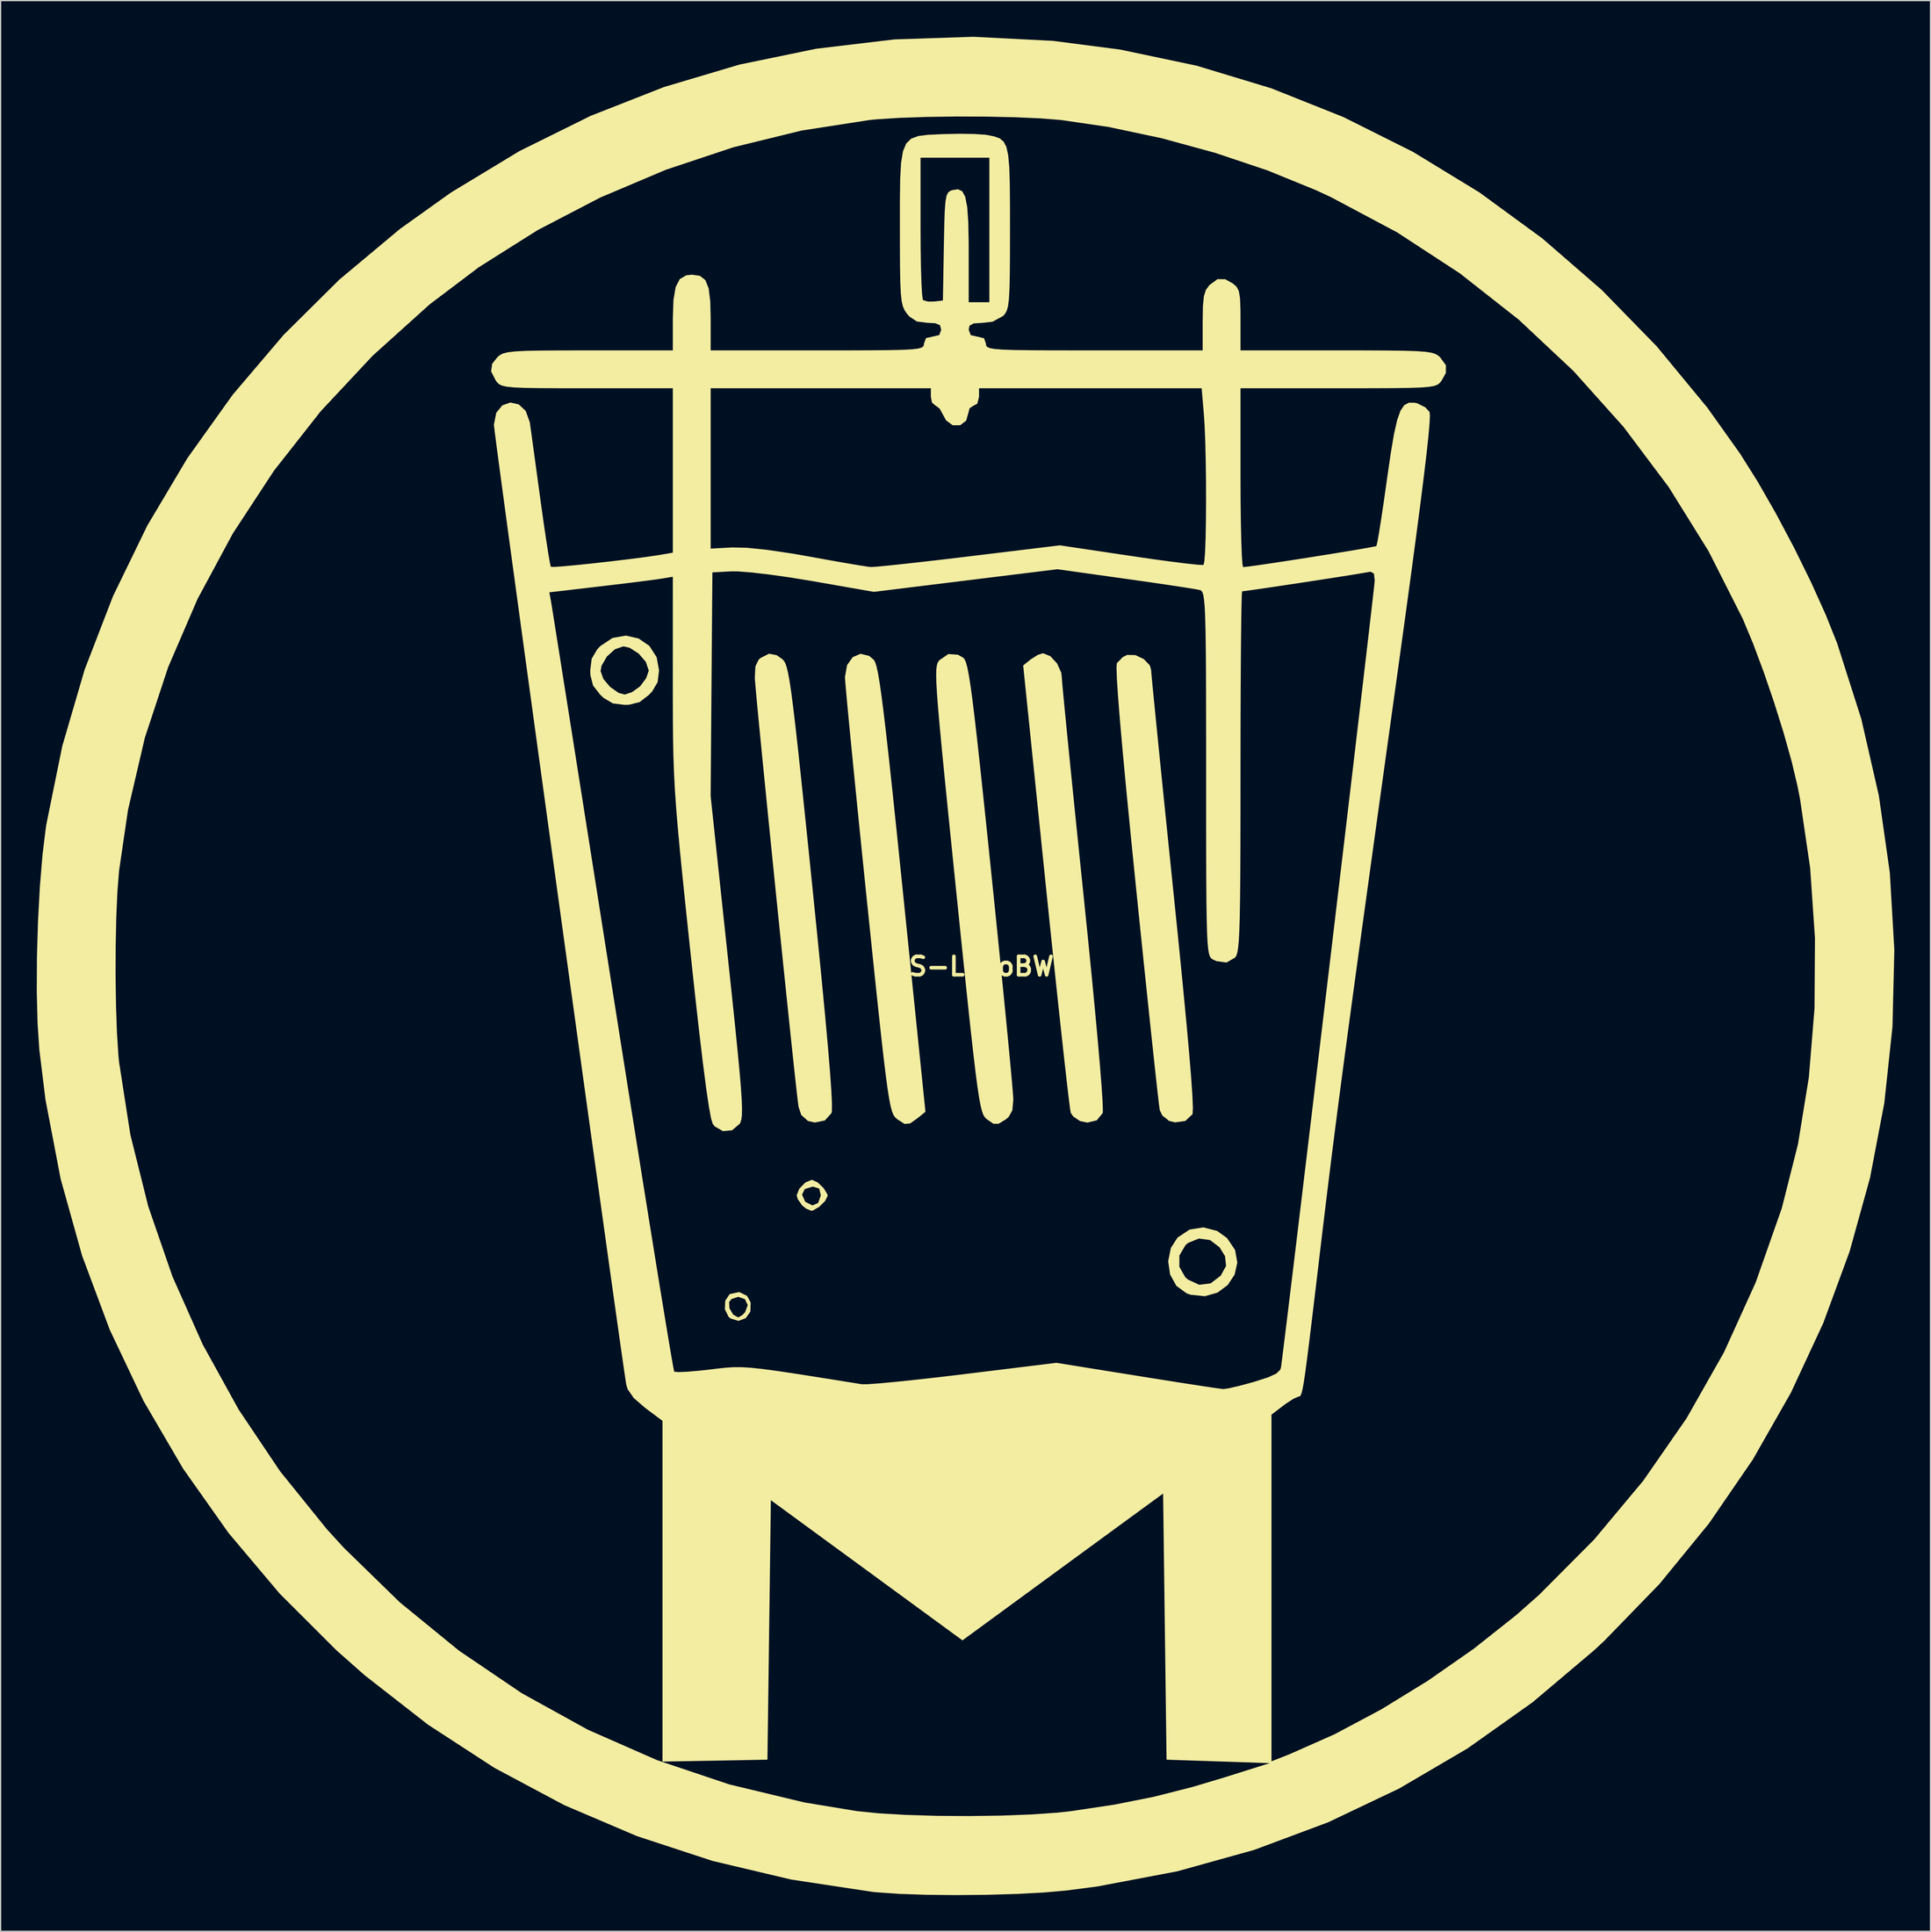
<source format=kicad_pcb>
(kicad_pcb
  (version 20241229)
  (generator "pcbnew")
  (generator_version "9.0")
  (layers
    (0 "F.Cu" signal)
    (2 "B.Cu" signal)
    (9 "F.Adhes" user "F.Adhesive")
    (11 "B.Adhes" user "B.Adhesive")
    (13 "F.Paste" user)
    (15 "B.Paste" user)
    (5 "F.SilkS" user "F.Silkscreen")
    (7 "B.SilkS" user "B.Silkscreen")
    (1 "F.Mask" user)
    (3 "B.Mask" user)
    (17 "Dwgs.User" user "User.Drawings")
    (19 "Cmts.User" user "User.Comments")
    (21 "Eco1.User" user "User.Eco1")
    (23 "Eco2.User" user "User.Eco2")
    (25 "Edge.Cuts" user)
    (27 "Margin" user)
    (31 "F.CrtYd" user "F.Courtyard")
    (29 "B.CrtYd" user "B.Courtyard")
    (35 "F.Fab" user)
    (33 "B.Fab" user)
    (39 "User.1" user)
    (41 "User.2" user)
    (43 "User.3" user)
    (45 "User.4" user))
  (footprint "BTS-LogoBW"
    (layer "F.Cu")
    (at 77.017 77.092)
    (property "Reference" "BTS-LogoBW" (at 0 0 0) (layer "F.SilkS") (effects (font (size 1.524 1.524) (thickness 0.3))))
    (attr board_only exclude_from_pos_files exclude_from_bom)
    (fp_poly (pts (xy -18.105 27.316) (xy -17.802 27.864) (xy -17.826 28.628) (xy -18.216 29.172) (xy -18.815 29.395) (xy -19.467 29.196) (xy -19.635 29.053) (xy -19.939 28.436) (xy -19.913 27.829) (xy -19.59 27.829) (xy -19.56 28.351) (xy -19.253 28.872) (xy -18.837 29.11) (xy -18.836 29.11) (xy -18.495 28.916) (xy -18.268 28.686) (xy -18.044 28.087) (xy -18.276 27.591) (xy -18.836 27.398) (xy -19.389 27.583) (xy -19.59 27.829) (xy -19.913 27.829) (xy -19.908 27.725) (xy -19.561 27.197) (xy -19.509 27.164) (xy -18.748 27.004)) (stroke (width 0) (type solid)) (fill yes) (layer "F.SilkS"))
    (fp_poly (pts (xy -12.247 17.908) (xy -11.739 18.393) (xy -11.434 18.912) (xy -11.416 19.028) (xy -11.63 19.457) (xy -12.113 19.932) (xy -12.63 20.236) (xy -12.773 20.263) (xy -13.211 20.079) (xy -13.536 19.814) (xy -13.9 19.289) (xy -13.984 18.979) (xy -13.961 18.92) (xy -13.541 18.92) (xy -13.29 19.488) (xy -13.25 19.529) (xy -12.681 19.819) (xy -12.205 19.62) (xy -11.988 19.007) (xy -11.987 18.948) (xy -12.119 18.418) (xy -12.618 18.266) (xy -12.669 18.265) (xy -13.309 18.457) (xy -13.541 18.92) (xy -13.961 18.92) (xy -13.763 18.426) (xy -13.26 17.916) (xy -12.724 17.694)) (stroke (width 0) (type solid)) (fill yes) (layer "F.SilkS"))
    (fp_poly (pts (xy 20.895 21.937) (xy 21.712 22.524) (xy 22.381 23.515) (xy 22.567 24.558) (xy 22.341 25.558) (xy 21.771 26.42) (xy 20.926 27.049) (xy 19.875 27.349) (xy 18.689 27.227) (xy 18.367 27.115) (xy 17.512 26.492) (xy 16.991 25.549) (xy 16.898 24.911) (xy 17.758 24.911) (xy 18.244 25.764) (xy 18.467 25.966) (xy 19.408 26.401) (xy 20.351 26.285) (xy 21.19 25.642) (xy 21.632 24.842) (xy 21.548 24.03) (xy 21.098 23.298) (xy 20.306 22.691) (xy 19.373 22.565) (xy 18.478 22.932) (xy 18.265 23.117) (xy 17.761 23.973) (xy 17.758 24.911) (xy 16.898 24.911) (xy 16.831 24.446) (xy 17.056 23.343) (xy 17.605 22.49) (xy 18.601 21.824) (xy 19.749 21.64)) (stroke (width 0) (type solid)) (fill yes) (layer "F.SilkS"))
    (fp_poly (pts (xy -27.101 -27.198) (xy -26.207 -26.583) (xy -25.599 -25.64) (xy -25.4 -24.544) (xy -25.52 -23.571) (xy -25.972 -22.805) (xy -26.234 -22.524) (xy -27.005 -21.924) (xy -27.868 -21.703) (xy -28.254 -21.69) (xy -29.227 -21.81) (xy -29.993 -22.262) (xy -30.274 -22.524) (xy -30.874 -23.295) (xy -31.095 -24.158) (xy -31.106 -24.492) (xy -30.252 -24.492) (xy -30.019 -23.84) (xy -29.454 -23.172) (xy -28.753 -22.681) (xy -28.254 -22.546) (xy -27.649 -22.74) (xy -26.994 -23.21) (xy -26.957 -23.247) (xy -26.474 -23.894) (xy -26.257 -24.512) (xy -26.256 -24.544) (xy -26.498 -25.256) (xy -27.093 -25.945) (xy -27.848 -26.427) (xy -28.363 -26.542) (xy -29.066 -26.298) (xy -29.728 -25.697) (xy -30.169 -24.937) (xy -30.252 -24.492) (xy -31.106 -24.492) (xy -31.108 -24.544) (xy -30.988 -25.517) (xy -30.536 -26.283) (xy -30.274 -26.564) (xy -29.258 -27.239) (xy -28.159 -27.434)) (stroke (width 0) (type solid)) (fill yes) (layer "F.SilkS"))
    (fp_poly (pts (xy 7.06 -25.725) (xy 7.617 -25.121) (xy 7.959 -24.362) (xy 8.001 -24.044) (xy 8.031 -23.626) (xy 8.116 -22.692) (xy 8.25 -21.292) (xy 8.428 -19.48) (xy 8.645 -17.306) (xy 8.896 -14.821) (xy 9.175 -12.078) (xy 9.478 -9.127) (xy 9.799 -6.021) (xy 9.816 -5.851) (xy 10.166 -2.432) (xy 10.481 0.726) (xy 10.755 3.584) (xy 10.987 6.1) (xy 11.172 8.236) (xy 11.308 9.951) (xy 11.39 11.205) (xy 11.415 11.958) (xy 11.398 12.162) (xy 10.908 12.763) (xy 10.122 12.95) (xy 9.518 12.824) (xy 8.96 12.449) (xy 8.75 12.144) (xy 8.69 11.786) (xy 8.579 10.91) (xy 8.421 9.563) (xy 8.221 7.795) (xy 7.986 5.656) (xy 7.719 3.193) (xy 7.428 0.455) (xy 7.116 -2.507) (xy 6.79 -5.647) (xy 6.688 -6.637) (xy 4.804 -24.956) (xy 5.43 -25.464) (xy 6.027 -25.84) (xy 6.453 -25.971)) (stroke (width 0) (type solid)) (fill yes) (layer "F.SilkS"))
    (fp_poly (pts (xy -7.977 -25.752) (xy -7.585 -25.424) (xy -7.475 -25.232) (xy -7.361 -24.872) (xy -7.237 -24.305) (xy -7.099 -23.493) (xy -6.942 -22.395) (xy -6.761 -20.975) (xy -6.551 -19.192) (xy -6.307 -17.008) (xy -6.025 -14.385) (xy -5.699 -11.283) (xy -5.325 -7.664) (xy -5.196 -6.412) (xy -3.303 12.054) (xy -3.966 12.591) (xy -4.579 13.022) (xy -5.035 13.06) (xy -5.589 12.71) (xy -5.709 12.614) (xy -5.841 12.486) (xy -5.962 12.301) (xy -6.077 12.017) (xy -6.192 11.589) (xy -6.313 10.976) (xy -6.446 10.134) (xy -6.596 9.021) (xy -6.77 7.594) (xy -6.972 5.809) (xy -7.21 3.625) (xy -7.488 0.998) (xy -7.812 -2.115) (xy -8.157 -5.437) (xy -8.479 -8.571) (xy -8.783 -11.558) (xy -9.065 -14.346) (xy -9.317 -16.884) (xy -9.537 -19.119) (xy -9.718 -20.998) (xy -9.855 -22.471) (xy -9.944 -23.484) (xy -9.979 -23.985) (xy -9.979 -24) (xy -9.805 -24.982) (xy -9.337 -25.646) (xy -8.69 -25.926)) (stroke (width 0) (type solid)) (fill yes) (layer "F.SilkS"))
    (fp_poly (pts (xy 14.109 -25.817) (xy 14.809 -25.484) (xy 15.305 -24.969) (xy 15.413 -24.609) (xy 15.442 -24.245) (xy 15.525 -23.363) (xy 15.657 -22.012) (xy 15.833 -20.242) (xy 16.047 -18.103) (xy 16.296 -15.644) (xy 16.574 -12.915) (xy 16.876 -9.966) (xy 17.197 -6.845) (xy 17.265 -6.183) (xy 17.693 -1.999) (xy 18.053 1.628) (xy 18.347 4.708) (xy 18.576 7.249) (xy 18.741 9.261) (xy 18.842 10.754) (xy 18.88 11.737) (xy 18.856 12.22) (xy 18.842 12.26) (xy 18.255 12.814) (xy 17.4 12.933) (xy 16.907 12.812) (xy 16.349 12.366) (xy 16.134 11.928) (xy 16.079 11.535) (xy 15.972 10.624) (xy 15.819 9.246) (xy 15.624 7.45) (xy 15.393 5.287) (xy 15.131 2.807) (xy 14.844 0.059) (xy 14.537 -2.905) (xy 14.215 -6.036) (xy 14.148 -6.692) (xy 13.723 -10.909) (xy 13.362 -14.589) (xy 13.066 -17.729) (xy 12.837 -20.323) (xy 12.673 -22.367) (xy 12.576 -23.858) (xy 12.545 -24.79) (xy 12.577 -25.152) (xy 13.061 -25.648) (xy 13.427 -25.832)) (stroke (width 0) (type solid)) (fill yes) (layer "F.SilkS"))
    (fp_poly (pts (xy -15.637 -25.807) (xy -15.163 -25.471) (xy -15.04 -25.34) (xy -14.925 -25.134) (xy -14.812 -24.812) (xy -14.697 -24.333) (xy -14.573 -23.654) (xy -14.435 -22.734) (xy -14.279 -21.532) (xy -14.097 -20.004) (xy -13.885 -18.111) (xy -13.638 -15.809) (xy -13.349 -13.058) (xy -13.013 -9.815) (xy -12.694 -6.707) (xy -12.272 -2.552) (xy -11.915 1.051) (xy -11.622 4.119) (xy -11.392 6.668) (xy -11.222 8.714) (xy -11.111 10.273) (xy -11.059 11.361) (xy -11.064 11.993) (xy -11.094 12.161) (xy -11.648 12.775) (xy -12.478 12.944) (xy -13.052 12.815) (xy -13.606 12.315) (xy -13.829 11.645) (xy -13.894 11.147) (xy -14.009 10.144) (xy -14.168 8.697) (xy -14.364 6.869) (xy -14.591 4.723) (xy -14.842 2.319) (xy -15.111 -0.279) (xy -15.392 -3.009) (xy -15.679 -5.809) (xy -15.964 -8.617) (xy -16.243 -11.37) (xy -16.507 -14.006) (xy -16.752 -16.462) (xy -16.97 -18.678) (xy -17.156 -20.589) (xy -17.303 -22.135) (xy -17.404 -23.252) (xy -17.454 -23.879) (xy -17.457 -23.942) (xy -17.409 -24.877) (xy -17.139 -25.437) (xy -16.975 -25.583) (xy -16.276 -25.933)) (stroke (width 0) (type solid)) (fill yes) (layer "F.SilkS"))
    (fp_poly (pts (xy -0.601 -25.846) (xy -0.164 -25.594) (xy -0.052 -25.46) (xy 0.06 -25.2) (xy 0.175 -24.773) (xy 0.3 -24.136) (xy 0.439 -23.25) (xy 0.599 -22.073) (xy 0.784 -20.564) (xy 0.999 -18.681) (xy 1.251 -16.383) (xy 1.544 -13.63) (xy 1.885 -10.38) (xy 2.164 -7.685) (xy 2.487 -4.546) (xy 2.791 -1.549) (xy 3.073 1.254) (xy 3.326 3.809) (xy 3.545 6.065) (xy 3.726 7.967) (xy 3.863 9.464) (xy 3.951 10.502) (xy 3.986 11.028) (xy 3.986 11.043) (xy 3.904 11.939) (xy 3.588 12.497) (xy 3.361 12.684) (xy 2.765 13.048) (xy 2.337 13.049) (xy 1.799 12.678) (xy 1.739 12.629) (xy 1.614 12.501) (xy 1.498 12.305) (xy 1.386 12) (xy 1.272 11.544) (xy 1.15 10.896) (xy 1.016 10.013) (xy 0.862 8.855) (xy 0.686 7.379) (xy 0.479 5.545) (xy 0.238 3.31) (xy -0.043 0.634) (xy -0.371 -2.526) (xy -0.749 -6.211) (xy -0.764 -6.35) (xy -1.142 -10.044) (xy -1.464 -13.212) (xy -1.734 -15.897) (xy -1.954 -18.139) (xy -2.127 -19.982) (xy -2.257 -21.465) (xy -2.346 -22.633) (xy -2.397 -23.525) (xy -2.414 -24.185) (xy -2.399 -24.655) (xy -2.355 -24.975) (xy -2.287 -25.188) (xy -2.195 -25.336) (xy -2.141 -25.4) (xy -1.4 -25.906)) (stroke (width 0) (type solid)) (fill yes) (layer "F.SilkS"))
    (fp_poly (pts (xy 7.287 -76.753) (xy 12.843 -76.032) (xy 19.199 -74.692) (xy 25.389 -72.818) (xy 31.381 -70.428) (xy 37.148 -67.542) (xy 42.658 -64.179) (xy 47.882 -60.358) (xy 52.792 -56.099) (xy 57.357 -51.421) (xy 61.548 -46.343) (xy 64.268 -42.524) (xy 65.722 -40.214) (xy 67.243 -37.559) (xy 68.75 -34.719) (xy 70.159 -31.856) (xy 71.387 -29.132) (xy 72.321 -26.796) (xy 74.326 -20.514) (xy 75.78 -14.162) (xy 76.69 -7.772) (xy 77.064 -1.374) (xy 76.91 4.997) (xy 76.235 11.312) (xy 75.047 17.536) (xy 73.354 23.639) (xy 71.164 29.589) (xy 68.484 35.352) (xy 65.323 40.898) (xy 61.687 46.194) (xy 57.585 51.208) (xy 53.024 55.908) (xy 52.167 56.706) (xy 47.052 61.026) (xy 41.662 64.848) (xy 36.007 68.165) (xy 30.101 70.974) (xy 23.953 73.268) (xy 17.576 75.042) (xy 10.982 76.292) (xy 8.421 76.628) (xy 6.531 76.795) (xy 4.265 76.916) (xy 1.775 76.989) (xy -0.788 77.012) (xy -3.27 76.986) (xy -5.52 76.908) (xy -7.385 76.777) (xy -7.706 76.744) (xy -14.454 75.719) (xy -20.97 74.176) (xy -27.246 72.116) (xy -33.276 69.545) (xy -39.051 66.464) (xy -44.565 62.878) (xy -49.809 58.789) (xy -52.167 56.706) (xy -56.872 52.006) (xy -61.113 46.978) (xy -64.883 41.642) (xy -68.169 36.019) (xy -70.964 30.128) (xy -73.256 23.99) (xy -75.036 17.624) (xy -76.294 11.051) (xy -76.804 6.914) (xy -76.952 4.706) (xy -77.017 2.093) (xy -77.01 0.775) (xy -70.48 0.775) (xy -70.445 3.218) (xy -70.368 5.458) (xy -70.248 7.342) (xy -70.191 7.931) (xy -69.254 13.954) (xy -67.77 19.898) (xy -65.763 25.711) (xy -63.256 31.344) (xy -60.272 36.745) (xy -56.835 41.865) (xy -52.968 46.653) (xy -51.538 48.219) (xy -46.911 52.726) (xy -41.99 56.745) (xy -36.784 60.271) (xy -31.306 63.298) (xy -25.567 65.82) (xy -19.577 67.832) (xy -13.348 69.328) (xy -8.99 70.047) (xy -7.148 70.233) (xy -4.885 70.364) (xy -2.348 70.439) (xy 0.317 70.457) (xy 2.962 70.42) (xy 5.44 70.327) (xy 7.606 70.178) (xy 8.761 70.052) (xy 12.333 69.517) (xy 15.6 68.869) (xy 18.826 68.051) (xy 21.404 67.281) (xy 25.257 66.069) (xy 16.696 65.783) (xy 16.553 54.749) (xy 16.41 43.715) (xy 14.412 45.173) (xy 13.635 45.741) (xy 12.484 46.582) (xy 11.044 47.635) (xy 9.403 48.835) (xy 7.647 50.12) (xy 6.091 51.26) (xy -0.233 55.888) (xy -16.125 44.264) (xy -16.267 55.024) (xy -16.41 65.783) (xy -25.115 65.941) (xy -25.115 37.683) (xy -26.54 36.619) (xy -27.502 35.79) (xy -28.009 35.053) (xy -28.118 34.687) (xy -28.202 34.147) (xy -28.356 33.094) (xy -28.575 31.569) (xy -28.853 29.611) (xy -29.184 27.259) (xy -29.564 24.552) (xy -29.986 21.531) (xy -30.446 18.234) (xy -30.937 14.701) (xy -31.455 10.971) (xy -31.994 7.084) (xy -32.548 3.079) (xy -33.113 -1.004) (xy -33.682 -5.127) (xy -34.25 -9.249) (xy -34.812 -13.331) (xy -35.363 -17.334) (xy -35.896 -21.219) (xy -36.407 -24.945) (xy -36.89 -28.475) (xy -37.238 -31.022) (xy -34.501 -31.022) (xy -34.364 -30.28) (xy -34.302 -29.904) (xy -34.157 -29.002) (xy -33.936 -27.609) (xy -33.642 -25.762) (xy -33.284 -23.5) (xy -32.865 -20.858) (xy -32.393 -17.873) (xy -31.873 -14.582) (xy -31.311 -11.021) (xy -30.712 -7.229) (xy -30.083 -3.241) (xy -29.429 0.905) (xy -29.264 1.953) (xy -28.606 6.119) (xy -27.971 10.127) (xy -27.364 13.941) (xy -26.792 17.524) (xy -26.26 20.841) (xy -25.774 23.855) (xy -25.34 26.531) (xy -24.963 28.833) (xy -24.65 30.725) (xy -24.406 32.17) (xy -24.237 33.133) (xy -24.149 33.578) (xy -24.14 33.604) (xy -23.806 33.641) (xy -23.036 33.608) (xy -21.96 33.514) (xy -21.185 33.427) (xy -20.428 33.336) (xy -19.777 33.269) (xy -19.162 33.233) (xy -18.512 33.236) (xy -17.757 33.283) (xy -16.826 33.382) (xy -15.649 33.539) (xy -14.155 33.762) (xy -12.274 34.057) (xy -9.934 34.431) (xy -8.568 34.65) (xy -8.104 34.646) (xy -7.156 34.578) (xy -5.805 34.453) (xy -4.134 34.279) (xy -2.223 34.065) (xy -0.154 33.819) (xy -0.149 33.818) (xy 7.563 32.872) (xy 14.27 33.951) (xy 16.176 34.256) (xy 17.908 34.529) (xy 19.382 34.757) (xy 20.513 34.928) (xy 21.218 35.028) (xy 21.404 35.049) (xy 21.871 34.982) (xy 22.716 34.786) (xy 23.772 34.502) (xy 23.973 34.444) (xy 25.118 34.077) (xy 25.802 33.763) (xy 26.127 33.446) (xy 26.19 33.248) (xy 26.299 32.401) (xy 26.464 31.071) (xy 26.682 29.305) (xy 26.945 27.144) (xy 27.25 24.632) (xy 27.59 21.814) (xy 27.961 18.732) (xy 28.358 15.431) (xy 28.775 11.954) (xy 29.207 8.344) (xy 29.648 4.646) (xy 30.095 0.903) (xy 30.541 -2.841) (xy 30.981 -6.544) (xy 31.411 -10.16) (xy 31.824 -13.647) (xy 32.216 -16.961) (xy 32.581 -20.059) (xy 32.915 -22.895) (xy 33.212 -25.428) (xy 33.467 -27.614) (xy 33.675 -29.407) (xy 33.83 -30.766) (xy 33.927 -31.647) (xy 33.962 -32.005) (xy 33.962 -32.007) (xy 33.898 -32.581) (xy 33.617 -32.731) (xy 33.32 -32.683) (xy 32.886 -32.605) (xy 32.018 -32.463) (xy 30.829 -32.275) (xy 29.432 -32.059) (xy 27.938 -31.83) (xy 26.46 -31.607) (xy 25.111 -31.406) (xy 24.002 -31.245) (xy 23.247 -31.14) (xy 22.964 -31.108) (xy 22.939 -30.831) (xy 22.915 -30.037) (xy 22.893 -28.777) (xy 22.874 -27.104) (xy 22.858 -25.072) (xy 22.845 -22.733) (xy 22.836 -20.14) (xy 22.832 -17.346) (xy 22.831 -16.145) (xy 22.83 -12.804) (xy 22.824 -9.988) (xy 22.814 -7.651) (xy 22.796 -5.748) (xy 22.771 -4.233) (xy 22.737 -3.06) (xy 22.692 -2.184) (xy 22.635 -1.559) (xy 22.564 -1.138) (xy 22.479 -0.877) (xy 22.383 -0.734) (xy 21.672 -0.323) (xy 20.832 -0.438) (xy 20.53 -0.581) (xy 20.408 -0.663) (xy 20.306 -0.798) (xy 20.221 -1.034) (xy 20.153 -1.415) (xy 20.098 -1.988) (xy 20.056 -2.8) (xy 20.026 -3.897) (xy 20.004 -5.324) (xy 19.99 -7.127) (xy 19.982 -9.354) (xy 19.978 -12.05) (xy 19.978 -15.262) (xy 19.978 -15.973) (xy 19.977 -19.3) (xy 19.973 -22.101) (xy 19.965 -24.423) (xy 19.951 -26.31) (xy 19.929 -27.808) (xy 19.899 -28.963) (xy 19.859 -29.819) (xy 19.806 -30.422) (xy 19.741 -30.819) (xy 19.66 -31.053) (xy 19.564 -31.17) (xy 19.478 -31.21) (xy 19.051 -31.291) (xy 18.154 -31.436) (xy 16.88 -31.629) (xy 15.325 -31.857) (xy 13.583 -32.105) (xy 13.308 -32.143) (xy 7.638 -32.937) (xy -7.583 -31.061) (xy -12.686 -31.954) (xy -14.517 -32.253) (xy -16.241 -32.497) (xy -17.736 -32.67) (xy -18.877 -32.758) (xy -19.383 -32.762) (xy -20.976 -32.678) (xy -21.121 -14.127) (xy -19.705 -0.86) (xy -19.373 2.256) (xy -19.102 4.855) (xy -18.887 6.985) (xy -18.724 8.697) (xy -18.611 10.04) (xy -18.543 11.063) (xy -18.517 11.817) (xy -18.529 12.35) (xy -18.577 12.712) (xy -18.656 12.954) (xy -18.711 13.053) (xy -19.342 13.588) (xy -20.099 13.659) (xy -20.782 13.268) (xy -20.945 13.057) (xy -21.085 12.607) (xy -21.266 11.628) (xy -21.49 10.112) (xy -21.757 8.053) (xy -22.068 5.445) (xy -22.424 2.28) (xy -22.808 -1.284) (xy -23.144 -4.46) (xy -23.423 -7.147) (xy -23.652 -9.425) (xy -23.834 -11.372) (xy -23.976 -13.067) (xy -24.083 -14.59) (xy -24.158 -16.019) (xy -24.209 -17.433) (xy -24.239 -18.911) (xy -24.254 -20.533) (xy -24.259 -22.376) (xy -24.26 -23.648) (xy -24.258 -32.313) (xy -25.186 -32.159) (xy -25.799 -32.07) (xy -26.849 -31.933) (xy -28.206 -31.764) (xy -29.741 -31.58) (xy -30.307 -31.513) (xy -34.501 -31.022) (xy -37.238 -31.022) (xy -37.339 -31.767) (xy -37.75 -34.783) (xy -38.117 -37.483) (xy -38.433 -39.829) (xy -38.695 -41.779) (xy -38.896 -43.296) (xy -39.031 -44.34) (xy -39.094 -44.871) (xy -39.099 -44.927) (xy -38.902 -45.913) (xy -38.402 -46.527) (xy -37.737 -46.762) (xy -37.044 -46.61) (xy -36.459 -46.064) (xy -36.119 -45.115) (xy -36.116 -45.092) (xy -36.033 -44.497) (xy -35.889 -43.444) (xy -35.697 -42.045) (xy -35.473 -40.407) (xy -35.237 -38.677) (xy -35.001 -36.987) (xy -34.783 -35.498) (xy -34.597 -34.302) (xy -34.457 -33.486) (xy -34.376 -33.141) (xy -34.373 -33.137) (xy -34.068 -33.13) (xy -33.311 -33.184) (xy -32.215 -33.286) (xy -30.895 -33.423) (xy -29.464 -33.583) (xy -28.036 -33.754) (xy -26.725 -33.922) (xy -25.645 -34.075) (xy -25.186 -34.15) (xy -24.258 -34.311) (xy -24.258 -34.648) (xy -21.119 -34.648) (xy -19.335 -34.743) (xy -18.133 -34.718) (xy -16.46 -34.549) (xy -14.395 -34.244) (xy -12.985 -33.998) (xy -11.402 -33.711) (xy -9.983 -33.461) (xy -8.839 -33.268) (xy -8.079 -33.149) (xy -7.848 -33.121) (xy -7.42 -33.144) (xy -6.507 -33.23) (xy -5.189 -33.368) (xy -3.548 -33.55) (xy -1.663 -33.768) (xy 0.285 -34.001) (xy 7.848 -34.919) (xy 13.699 -34.045) (xy 15.463 -33.788) (xy 17.035 -33.574) (xy 18.327 -33.413) (xy 19.253 -33.314) (xy 19.725 -33.29) (xy 19.763 -33.298) (xy 19.836 -33.614) (xy 19.894 -34.403) (xy 19.936 -35.566) (xy 19.962 -37.005) (xy 19.972 -38.622) (xy 19.967 -40.318) (xy 19.944 -41.996) (xy 19.906 -43.557) (xy 19.85 -44.903) (xy 19.793 -45.763) (xy 19.608 -47.946) (xy 1.142 -47.946) (xy 1.142 -47.233) (xy 0.993 -46.659) (xy 0.713 -46.519) (xy 0.355 -46.285) (xy 0.285 -46.005) (xy 0.08 -45.267) (xy -0.42 -44.88) (xy -1.036 -44.875) (xy -1.593 -45.281) (xy -1.8 -45.663) (xy -2.126 -46.256) (xy -2.473 -46.518) (xy -2.488 -46.519) (xy -2.763 -46.763) (xy -2.854 -47.233) (xy -2.854 -47.946) (xy -21.119 -47.946) (xy -21.119 -34.648) (xy -24.258 -34.648) (xy -24.258 -47.946) (xy -31.377 -47.946) (xy -33.573 -47.947) (xy -35.269 -47.955) (xy -36.534 -47.975) (xy -37.439 -48.014) (xy -38.054 -48.077) (xy -38.448 -48.169) (xy -38.693 -48.298) (xy -38.859 -48.468) (xy -38.94 -48.58) (xy -39.332 -49.345) (xy -39.243 -49.975) (xy -38.813 -50.515) (xy -38.607 -50.693) (xy -38.34 -50.829) (xy -37.94 -50.93) (xy -37.336 -51) (xy -36.455 -51.046) (xy -35.225 -51.071) (xy -33.573 -51.083) (xy -31.429 -51.085) (xy -31.251 -51.085) (xy -24.258 -51.085) (xy -24.258 -53.703) (xy -24.205 -55.266) (xy -24.023 -56.34) (xy -23.682 -56.997) (xy -23.149 -57.31) (xy -22.665 -57.364) (xy -22.008 -57.265) (xy -21.56 -56.915) (xy -21.286 -56.232) (xy -21.151 -55.135) (xy -21.119 -53.776) (xy -21.119 -51.085) (xy -12.272 -51.085) (xy -9.795 -51.086) (xy -7.829 -51.092) (xy -6.316 -51.106) (xy -5.196 -51.133) (xy -4.41 -51.175) (xy -3.9 -51.238) (xy -3.605 -51.324) (xy -3.467 -51.437) (xy -3.427 -51.583) (xy -3.425 -51.656) (xy -3.257 -52.104) (xy -2.711 -52.227) (xy -2.152 -52.361) (xy -1.998 -52.798) (xy -2.095 -53.174) (xy -2.489 -53.338) (xy -3.119 -53.369) (xy -4.014 -53.481) (xy -4.638 -53.896) (xy -4.831 -54.121) (xy -5.024 -54.395) (xy -5.169 -54.717) (xy -5.275 -55.165) (xy -5.346 -55.817) (xy -5.39 -56.751) (xy -5.413 -58.046) (xy -5.421 -59.782) (xy -5.422 -61.224) (xy -5.422 -61.264) (xy -3.71 -61.264) (xy -3.701 -59.498) (xy -3.674 -57.929) (xy -3.633 -56.644) (xy -3.581 -55.734) (xy -3.521 -55.286) (xy -3.507 -55.258) (xy -3.096 -55.133) (xy -2.579 -55.139) (xy -1.855 -55.224) (xy -1.777 -59.702) (xy -1.743 -61.392) (xy -1.704 -62.599) (xy -1.645 -63.409) (xy -1.555 -63.908) (xy -1.419 -64.184) (xy -1.226 -64.323) (xy -1.085 -64.374) (xy -0.606 -64.448) (xy -0.25 -64.28) (xy -0.000017 -63.81) (xy 0.161 -62.975) (xy 0.25 -61.714) (xy 0.284 -59.964) (xy 0.285 -59.307) (xy 0.285 -55.081) (xy 1.998 -55.081) (xy 1.998 -67.067) (xy -3.71 -67.067) (xy -3.71 -61.264) (xy -5.422 -61.264) (xy -5.422 -63.51) (xy -5.4 -65.29) (xy -5.326 -66.629) (xy -5.169 -67.591) (xy -4.899 -68.241) (xy -4.485 -68.643) (xy -3.897 -68.862) (xy -3.102 -68.963) (xy -2.072 -69.01) (xy -1.723 -69.023) (xy -0.43 -69.048) (xy 0.76 -69.029) (xy 1.649 -68.971) (xy 1.861 -68.94) (xy 2.421 -68.824) (xy 2.855 -68.668) (xy 3.179 -68.403) (xy 3.408 -67.962) (xy 3.56 -67.277) (xy 3.65 -66.28) (xy 3.694 -64.904) (xy 3.709 -63.08) (xy 3.71 -61.196) (xy 3.708 -59.066) (xy 3.696 -57.432) (xy 3.67 -56.221) (xy 3.623 -55.358) (xy 3.549 -54.77) (xy 3.444 -54.383) (xy 3.3 -54.121) (xy 3.139 -53.939) (xy 2.259 -53.462) (xy 1.427 -53.369) (xy 0.68 -53.321) (xy 0.35 -53.127) (xy 0.285 -52.798) (xy 0.453 -52.35) (xy 0.999 -52.227) (xy 1.558 -52.093) (xy 1.712 -51.656) (xy 1.728 -51.497) (xy 1.816 -51.371) (xy 2.033 -51.274) (xy 2.439 -51.202) (xy 3.092 -51.151) (xy 4.052 -51.117) (xy 5.376 -51.098) (xy 7.123 -51.088) (xy 9.352 -51.086) (xy 10.702 -51.085) (xy 19.692 -51.085) (xy 19.692 -53.511) (xy 19.713 -54.756) (xy 19.793 -55.573) (xy 19.959 -56.101) (xy 20.238 -56.482) (xy 20.263 -56.508) (xy 20.923 -56.993) (xy 21.564 -56.987) (xy 22.197 -56.634) (xy 22.502 -56.369) (xy 22.691 -56.006) (xy 22.79 -55.417) (xy 22.827 -54.47) (xy 22.831 -53.638) (xy 22.831 -51.085) (xy 30.822 -51.085) (xy 33.172 -51.084) (xy 35.018 -51.075) (xy 36.426 -51.056) (xy 37.465 -51.021) (xy 38.199 -50.966) (xy 38.698 -50.886) (xy 39.026 -50.778) (xy 39.252 -50.636) (xy 39.384 -50.515) (xy 39.869 -49.854) (xy 39.864 -49.213) (xy 39.511 -48.58) (xy 39.369 -48.396) (xy 39.19 -48.251) (xy 38.908 -48.141) (xy 38.458 -48.062) (xy 37.775 -48.007) (xy 36.793 -47.973) (xy 35.447 -47.955) (xy 33.672 -47.948) (xy 31.403 -47.946) (xy 30.949 -47.946) (xy 22.831 -47.946) (xy 22.831 -40.526) (xy 22.839 -38.536) (xy 22.862 -36.748) (xy 22.896 -35.237) (xy 22.94 -34.078) (xy 22.992 -33.346) (xy 23.046 -33.114) (xy 23.507 -33.164) (xy 24.391 -33.286) (xy 25.594 -33.463) (xy 27.009 -33.679) (xy 28.531 -33.916) (xy 30.055 -34.159) (xy 31.475 -34.39) (xy 32.685 -34.593) (xy 33.58 -34.75) (xy 34.054 -34.847) (xy 34.102 -34.863) (xy 34.18 -35.173) (xy 34.319 -35.959) (xy 34.505 -37.132) (xy 34.725 -38.603) (xy 34.963 -40.282) (xy 34.98 -40.399) (xy 35.287 -42.523) (xy 35.561 -44.141) (xy 35.826 -45.312) (xy 36.105 -46.096) (xy 36.424 -46.556) (xy 36.807 -46.751) (xy 37.277 -46.743) (xy 37.495 -46.696) (xy 38.161 -46.362) (xy 38.51 -45.982) (xy 38.541 -45.693) (xy 38.512 -45.036) (xy 38.421 -43.991) (xy 38.264 -42.535) (xy 38.039 -40.648) (xy 37.744 -38.308) (xy 37.375 -35.493) (xy 36.931 -32.183) (xy 36.408 -28.356) (xy 35.804 -23.99) (xy 35.657 -22.94) (xy 34.921 -17.649) (xy 34.257 -12.88) (xy 33.662 -8.588) (xy 33.129 -4.73) (xy 32.651 -1.261) (xy 32.224 1.862) (xy 31.841 4.683) (xy 31.496 7.246) (xy 31.184 9.596) (xy 30.899 11.776) (xy 30.634 13.829) (xy 30.384 15.801) (xy 30.144 17.734) (xy 29.906 19.673) (xy 29.666 21.662) (xy 29.417 23.744) (xy 29.407 23.83) (xy 29.062 26.729) (xy 28.776 29.112) (xy 28.543 31.029) (xy 28.354 32.531) (xy 28.202 33.668) (xy 28.079 34.492) (xy 27.978 35.052) (xy 27.891 35.4) (xy 27.81 35.586) (xy 27.729 35.661) (xy 27.64 35.674) (xy 27.639 35.674) (xy 27.256 35.835) (xy 26.63 36.237) (xy 26.38 36.422) (xy 25.4 37.169) (xy 25.4 65.918) (xy 26.898 65.329) (xy 30.627 63.677) (xy 34.505 61.613) (xy 38.397 59.221) (xy 42.173 56.586) (xy 45.699 53.793) (xy 47.59 52.121) (xy 52.162 47.528) (xy 56.242 42.644) (xy 59.833 37.466) (xy 62.94 31.987) (xy 65.564 26.205) (xy 67.708 20.113) (xy 67.749 19.978) (xy 69.074 14.73) (xy 69.974 9.196) (xy 70.444 3.471) (xy 70.481 -2.348) (xy 70.082 -8.163) (xy 69.243 -13.879) (xy 69.026 -14.983) (xy 68.548 -16.995) (xy 67.886 -19.352) (xy 67.094 -21.882) (xy 66.23 -24.411) (xy 65.35 -26.769) (xy 64.51 -28.783) (xy 64.492 -28.825) (xy 61.659 -34.428) (xy 58.354 -39.742) (xy 54.608 -44.734) (xy 50.451 -49.374) (xy 45.913 -53.631) (xy 41.026 -57.474) (xy 35.82 -60.874) (xy 30.325 -63.798) (xy 29.08 -64.375) (xy 25.071 -66.009) (xy 20.742 -67.462) (xy 16.281 -68.681) (xy 11.875 -69.616) (xy 7.931 -70.191) (xy 6.222 -70.327) (xy 4.099 -70.421) (xy 1.715 -70.471) (xy -0.775 -70.48) (xy -3.218 -70.445) (xy -5.458 -70.368) (xy -7.342 -70.248) (xy -7.931 -70.191) (xy -13.575 -69.316) (xy -19.236 -67.929) (xy -24.829 -66.067) (xy -30.268 -63.765) (xy -35.47 -61.059) (xy -40.348 -57.984) (xy -44.433 -54.897) (xy -49.16 -50.64) (xy -53.467 -46.036) (xy -57.335 -41.117) (xy -60.746 -35.917) (xy -63.681 -30.47) (xy -66.122 -24.808) (xy -68.051 -18.966) (xy -69.449 -12.977) (xy -70.191 -7.931) (xy -70.327 -6.222) (xy -70.421 -4.099) (xy -70.471 -1.715) (xy -70.48 0.775) (xy -77.01 0.775) (xy -77.003 -0.768) (xy -76.916 -3.717) (xy -76.761 -6.595) (xy -76.542 -9.245) (xy -76.265 -11.508) (xy -76.227 -11.753) (xy -74.901 -18.273) (xy -73.051 -24.598) (xy -70.694 -30.703) (xy -67.847 -36.559) (xy -64.529 -42.14) (xy -60.757 -47.417) (xy -56.548 -52.364) (xy -51.92 -56.953) (xy -46.891 -61.156) (xy -42.664 -64.173) (xy -36.976 -67.615) (xy -31.073 -70.535) (xy -24.982 -72.927) (xy -18.732 -74.785) (xy -12.352 -76.102) (xy -5.87 -76.874) (xy 0.686 -77.092)) (stroke (width 0) (type solid)) (fill yes) (layer "F.SilkS")))
  (gr_rect
    (start -3 -3)
    (end 157.081 157.105)
    (stroke (width 0.1) (type default))
    (fill no)
    (layer "Edge.Cuts")))
</source>
